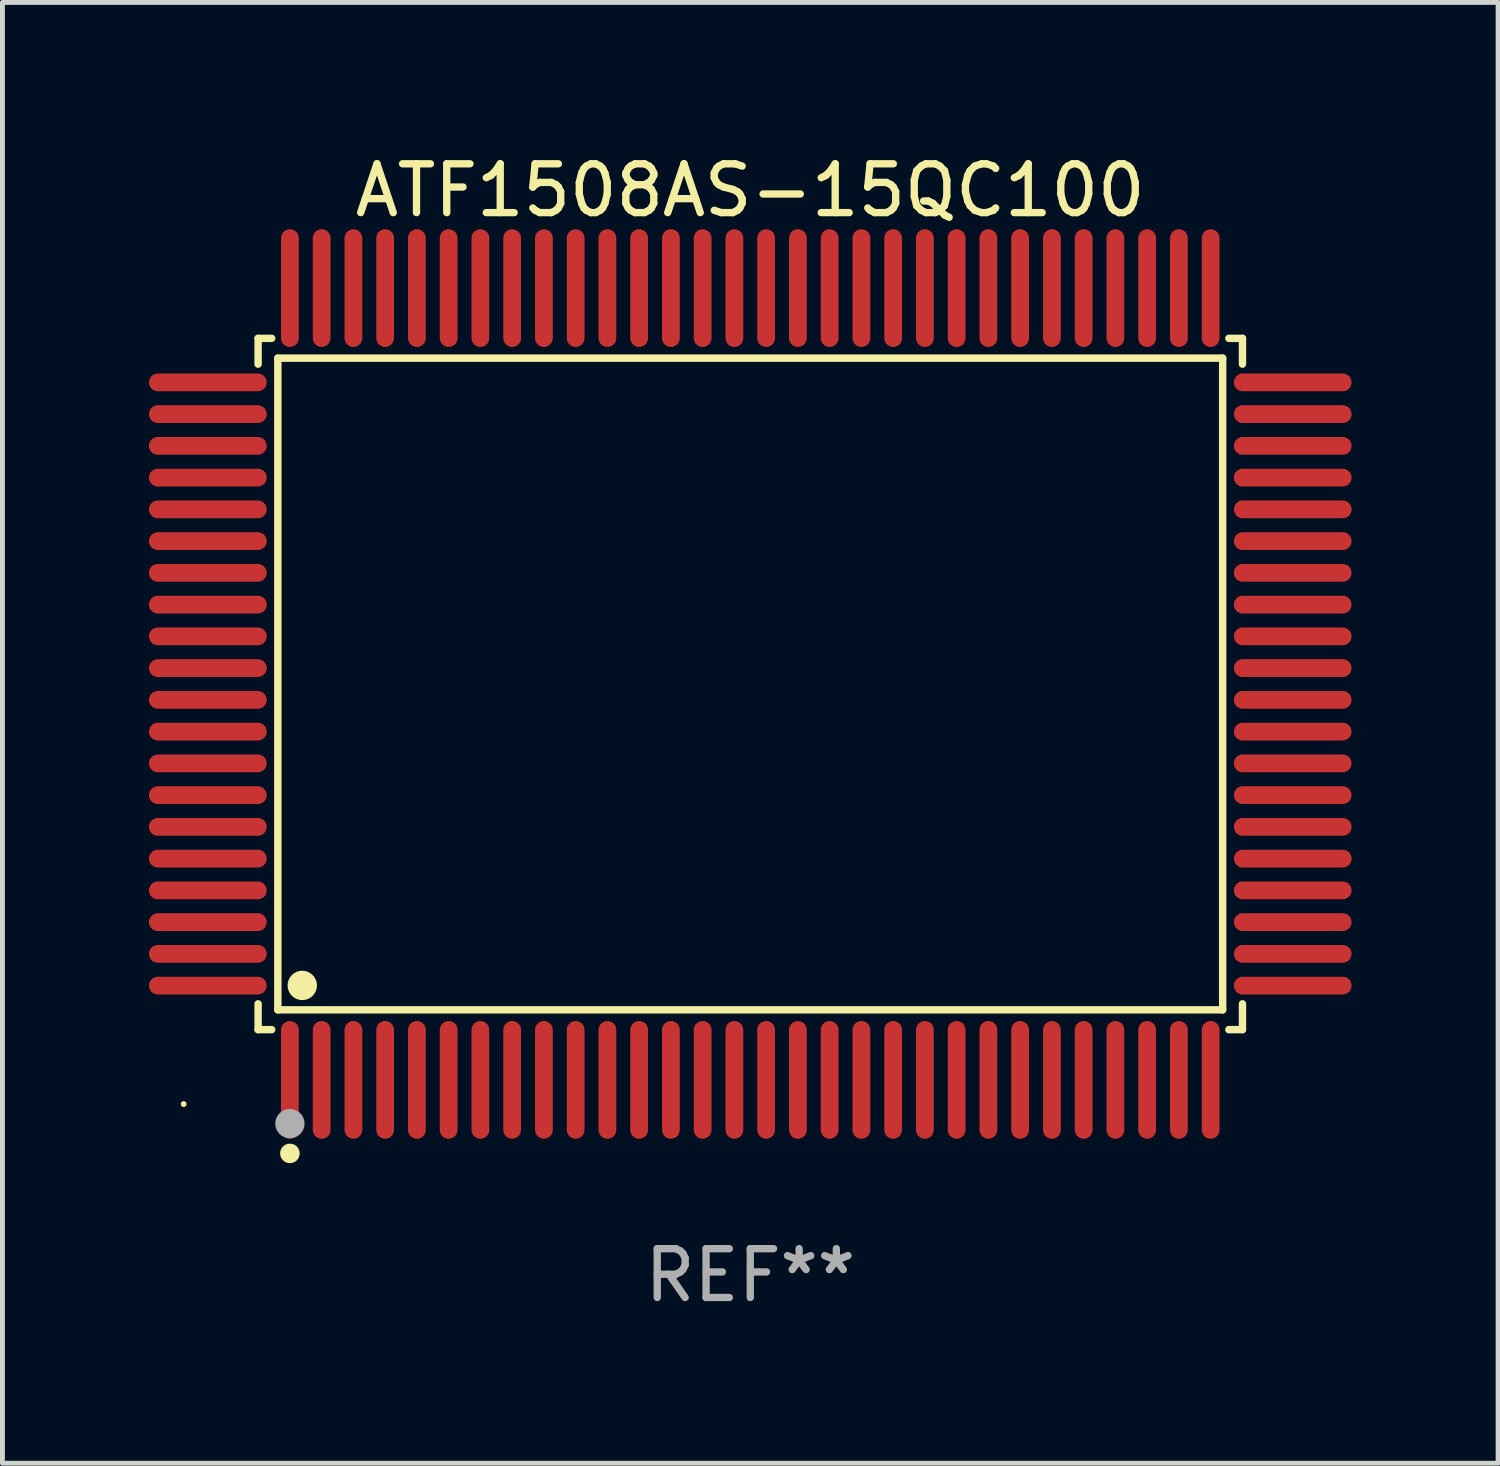
<source format=kicad_pcb>
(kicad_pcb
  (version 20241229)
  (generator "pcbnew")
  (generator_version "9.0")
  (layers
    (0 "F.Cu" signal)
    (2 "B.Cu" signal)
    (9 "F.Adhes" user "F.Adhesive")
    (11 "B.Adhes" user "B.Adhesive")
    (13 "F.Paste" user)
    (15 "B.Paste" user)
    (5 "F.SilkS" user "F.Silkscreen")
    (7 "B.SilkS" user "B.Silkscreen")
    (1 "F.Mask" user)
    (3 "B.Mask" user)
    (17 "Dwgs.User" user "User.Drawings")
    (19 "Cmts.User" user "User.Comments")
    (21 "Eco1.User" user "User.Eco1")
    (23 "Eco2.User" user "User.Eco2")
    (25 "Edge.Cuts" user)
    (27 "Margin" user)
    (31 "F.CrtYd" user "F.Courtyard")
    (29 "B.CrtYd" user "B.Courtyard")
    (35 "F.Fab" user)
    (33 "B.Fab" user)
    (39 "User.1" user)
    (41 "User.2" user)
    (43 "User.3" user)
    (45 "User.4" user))
  (footprint "ATF1508AS-15QC100"
    (layer "F.Cu")
    (at 12.31 10.953)
    (property "Reference" "ATF1508AS-15QC100" (at 0 -10.105 0) (layer "F.SilkS") (effects (font (size 1 1) (thickness 0.15))))
    (attr through_hole)
    (fp_line (start -10.076 -7.076) (end -9.798 -7.076) (stroke (width 0.152) (type solid)) (layer "F.SilkS"))
    (fp_line (start -10.076 -6.548) (end -10.076 -7.076) (stroke (width 0.152) (type solid)) (layer "F.SilkS"))
    (fp_line (start -10.076 6.548) (end -10.076 7.076) (stroke (width 0.152) (type solid)) (layer "F.SilkS"))
    (fp_line (start -10.076 7.076) (end -9.798 7.076) (stroke (width 0.152) (type solid)) (layer "F.SilkS"))
    (fp_line (start -9.672 -6.671) (end 9.671 -6.671) (stroke (width 0.152) (type solid)) (layer "F.SilkS"))
    (fp_line (start -9.672 6.671) (end -9.672 -6.671) (stroke (width 0.152) (type solid)) (layer "F.SilkS"))
    (fp_line (start 9.671 -6.671) (end 9.671 6.671) (stroke (width 0.152) (type solid)) (layer "F.SilkS"))
    (fp_line (start 9.671 6.671) (end -9.672 6.671) (stroke (width 0.152) (type solid)) (layer "F.SilkS"))
    (fp_line (start 10.076 -7.076) (end 9.797 -7.076) (stroke (width 0.152) (type solid)) (layer "F.SilkS"))
    (fp_line (start 10.076 -6.548) (end 10.076 -7.076) (stroke (width 0.152) (type solid)) (layer "F.SilkS"))
    (fp_line (start 10.076 6.548) (end 10.076 7.076) (stroke (width 0.152) (type solid)) (layer "F.SilkS"))
    (fp_line (start 10.076 7.076) (end 9.797 7.076) (stroke (width 0.152) (type solid)) (layer "F.SilkS"))
    (fp_circle (center -11.6 8.6) (end -11.57 8.6) (stroke (width 0.06) (type solid)) (fill no) (layer "F.SilkS"))
    (fp_circle (center -9.425 9.61) (end -9.325 9.61) (stroke (width 0.2) (type solid)) (fill no) (layer "F.SilkS"))
    (fp_circle (center -9.172 6.171) (end -9.021 6.171) (stroke (width 0.3) (type solid)) (fill no) (layer "F.SilkS"))
    (fp_circle (center -9.425 9) (end -9.275 9) (stroke (width 0.3) (type solid)) (fill no) (layer "F.Fab"))
    (fp_text user "REF**" (at 0 12.105 0) (layer "F.Fab") (effects (font (size 1 1) (thickness 0.15))))
    (pad "1" smd oval (at -9.425 8.105) (size 0.364 2.41) (layers "F.Cu" "F.Mask" "F.Paste"))
    (pad "2" smd oval (at -8.775 8.105) (size 0.364 2.41) (layers "F.Cu" "F.Mask" "F.Paste"))
    (pad "3" smd oval (at -8.125 8.105) (size 0.364 2.41) (layers "F.Cu" "F.Mask" "F.Paste"))
    (pad "4" smd oval (at -7.475 8.105) (size 0.364 2.41) (layers "F.Cu" "F.Mask" "F.Paste"))
    (pad "5" smd oval (at -6.825 8.105) (size 0.364 2.41) (layers "F.Cu" "F.Mask" "F.Paste"))
    (pad "6" smd oval (at -6.175 8.105) (size 0.364 2.41) (layers "F.Cu" "F.Mask" "F.Paste"))
    (pad "7" smd oval (at -5.525 8.105) (size 0.364 2.41) (layers "F.Cu" "F.Mask" "F.Paste"))
    (pad "8" smd oval (at -4.875 8.105) (size 0.364 2.41) (layers "F.Cu" "F.Mask" "F.Paste"))
    (pad "9" smd oval (at -4.225 8.105) (size 0.364 2.41) (layers "F.Cu" "F.Mask" "F.Paste"))
    (pad "10" smd oval (at -3.575 8.105) (size 0.364 2.41) (layers "F.Cu" "F.Mask" "F.Paste"))
    (pad "11" smd oval (at -2.925 8.105) (size 0.364 2.41) (layers "F.Cu" "F.Mask" "F.Paste"))
    (pad "12" smd oval (at -2.275 8.105) (size 0.364 2.41) (layers "F.Cu" "F.Mask" "F.Paste"))
    (pad "13" smd oval (at -1.625 8.105) (size 0.364 2.41) (layers "F.Cu" "F.Mask" "F.Paste"))
    (pad "14" smd oval (at -0.975 8.105) (size 0.364 2.41) (layers "F.Cu" "F.Mask" "F.Paste"))
    (pad "15" smd oval (at -0.325 8.105) (size 0.364 2.41) (layers "F.Cu" "F.Mask" "F.Paste"))
    (pad "16" smd oval (at 0.325 8.105) (size 0.364 2.41) (layers "F.Cu" "F.Mask" "F.Paste"))
    (pad "17" smd oval (at 0.975 8.105) (size 0.364 2.41) (layers "F.Cu" "F.Mask" "F.Paste"))
    (pad "18" smd oval (at 1.625 8.105) (size 0.364 2.41) (layers "F.Cu" "F.Mask" "F.Paste"))
    (pad "19" smd oval (at 2.275 8.105) (size 0.364 2.41) (layers "F.Cu" "F.Mask" "F.Paste"))
    (pad "20" smd oval (at 2.925 8.105) (size 0.364 2.41) (layers "F.Cu" "F.Mask" "F.Paste"))
    (pad "21" smd oval (at 3.575 8.105) (size 0.364 2.41) (layers "F.Cu" "F.Mask" "F.Paste"))
    (pad "22" smd oval (at 4.225 8.105) (size 0.364 2.41) (layers "F.Cu" "F.Mask" "F.Paste"))
    (pad "23" smd oval (at 4.875 8.105) (size 0.364 2.41) (layers "F.Cu" "F.Mask" "F.Paste"))
    (pad "24" smd oval (at 5.525 8.105) (size 0.364 2.41) (layers "F.Cu" "F.Mask" "F.Paste"))
    (pad "25" smd oval (at 6.175 8.105) (size 0.364 2.41) (layers "F.Cu" "F.Mask" "F.Paste"))
    (pad "26" smd oval (at 6.825 8.105) (size 0.364 2.41) (layers "F.Cu" "F.Mask" "F.Paste"))
    (pad "27" smd oval (at 7.475 8.105) (size 0.364 2.41) (layers "F.Cu" "F.Mask" "F.Paste"))
    (pad "28" smd oval (at 8.125 8.105) (size 0.364 2.41) (layers "F.Cu" "F.Mask" "F.Paste"))
    (pad "29" smd oval (at 8.775 8.105) (size 0.364 2.41) (layers "F.Cu" "F.Mask" "F.Paste"))
    (pad "30" smd oval (at 9.425 8.105) (size 0.364 2.41) (layers "F.Cu" "F.Mask" "F.Paste"))
    (pad "31" smd oval (at 11.105 6.175) (size 2.41 0.364) (layers "F.Cu" "F.Mask" "F.Paste"))
    (pad "32" smd oval (at 11.105 5.525) (size 2.41 0.364) (layers "F.Cu" "F.Mask" "F.Paste"))
    (pad "33" smd oval (at 11.105 4.875) (size 2.41 0.364) (layers "F.Cu" "F.Mask" "F.Paste"))
    (pad "34" smd oval (at 11.105 4.225) (size 2.41 0.364) (layers "F.Cu" "F.Mask" "F.Paste"))
    (pad "35" smd oval (at 11.105 3.575) (size 2.41 0.364) (layers "F.Cu" "F.Mask" "F.Paste"))
    (pad "36" smd oval (at 11.105 2.925) (size 2.41 0.364) (layers "F.Cu" "F.Mask" "F.Paste"))
    (pad "37" smd oval (at 11.105 2.275) (size 2.41 0.364) (layers "F.Cu" "F.Mask" "F.Paste"))
    (pad "38" smd oval (at 11.105 1.625) (size 2.41 0.364) (layers "F.Cu" "F.Mask" "F.Paste"))
    (pad "39" smd oval (at 11.105 0.975) (size 2.41 0.364) (layers "F.Cu" "F.Mask" "F.Paste"))
    (pad "40" smd oval (at 11.105 0.325) (size 2.41 0.364) (layers "F.Cu" "F.Mask" "F.Paste"))
    (pad "41" smd oval (at 11.105 -0.325) (size 2.41 0.364) (layers "F.Cu" "F.Mask" "F.Paste"))
    (pad "42" smd oval (at 11.105 -0.975) (size 2.41 0.364) (layers "F.Cu" "F.Mask" "F.Paste"))
    (pad "43" smd oval (at 11.105 -1.625) (size 2.41 0.364) (layers "F.Cu" "F.Mask" "F.Paste"))
    (pad "44" smd oval (at 11.105 -2.275) (size 2.41 0.364) (layers "F.Cu" "F.Mask" "F.Paste"))
    (pad "45" smd oval (at 11.105 -2.925) (size 2.41 0.364) (layers "F.Cu" "F.Mask" "F.Paste"))
    (pad "46" smd oval (at 11.105 -3.575) (size 2.41 0.364) (layers "F.Cu" "F.Mask" "F.Paste"))
    (pad "47" smd oval (at 11.105 -4.225) (size 2.41 0.364) (layers "F.Cu" "F.Mask" "F.Paste"))
    (pad "48" smd oval (at 11.105 -4.875) (size 2.41 0.364) (layers "F.Cu" "F.Mask" "F.Paste"))
    (pad "49" smd oval (at 11.105 -5.525) (size 2.41 0.364) (layers "F.Cu" "F.Mask" "F.Paste"))
    (pad "50" smd oval (at 11.105 -6.175) (size 2.41 0.364) (layers "F.Cu" "F.Mask" "F.Paste"))
    (pad "51" smd oval (at 9.425 -8.105) (size 0.364 2.41) (layers "F.Cu" "F.Mask" "F.Paste"))
    (pad "52" smd oval (at 8.775 -8.105) (size 0.364 2.41) (layers "F.Cu" "F.Mask" "F.Paste"))
    (pad "53" smd oval (at 8.125 -8.105) (size 0.364 2.41) (layers "F.Cu" "F.Mask" "F.Paste"))
    (pad "54" smd oval (at 7.475 -8.105) (size 0.364 2.41) (layers "F.Cu" "F.Mask" "F.Paste"))
    (pad "55" smd oval (at 6.825 -8.105) (size 0.364 2.41) (layers "F.Cu" "F.Mask" "F.Paste"))
    (pad "56" smd oval (at 6.175 -8.105) (size 0.364 2.41) (layers "F.Cu" "F.Mask" "F.Paste"))
    (pad "57" smd oval (at 5.525 -8.105) (size 0.364 2.41) (layers "F.Cu" "F.Mask" "F.Paste"))
    (pad "58" smd oval (at 4.875 -8.105) (size 0.364 2.41) (layers "F.Cu" "F.Mask" "F.Paste"))
    (pad "59" smd oval (at 4.225 -8.105) (size 0.364 2.41) (layers "F.Cu" "F.Mask" "F.Paste"))
    (pad "60" smd oval (at 3.575 -8.105) (size 0.364 2.41) (layers "F.Cu" "F.Mask" "F.Paste"))
    (pad "61" smd oval (at 2.925 -8.105) (size 0.364 2.41) (layers "F.Cu" "F.Mask" "F.Paste"))
    (pad "62" smd oval (at 2.275 -8.105) (size 0.364 2.41) (layers "F.Cu" "F.Mask" "F.Paste"))
    (pad "63" smd oval (at 1.625 -8.105) (size 0.364 2.41) (layers "F.Cu" "F.Mask" "F.Paste"))
    (pad "64" smd oval (at 0.975 -8.105) (size 0.364 2.41) (layers "F.Cu" "F.Mask" "F.Paste"))
    (pad "65" smd oval (at 0.325 -8.105) (size 0.364 2.41) (layers "F.Cu" "F.Mask" "F.Paste"))
    (pad "66" smd oval (at -0.325 -8.105) (size 0.364 2.41) (layers "F.Cu" "F.Mask" "F.Paste"))
    (pad "67" smd oval (at -0.975 -8.105) (size 0.364 2.41) (layers "F.Cu" "F.Mask" "F.Paste"))
    (pad "68" smd oval (at -1.625 -8.105) (size 0.364 2.41) (layers "F.Cu" "F.Mask" "F.Paste"))
    (pad "69" smd oval (at -2.275 -8.105) (size 0.364 2.41) (layers "F.Cu" "F.Mask" "F.Paste"))
    (pad "70" smd oval (at -2.925 -8.105) (size 0.364 2.41) (layers "F.Cu" "F.Mask" "F.Paste"))
    (pad "71" smd oval (at -3.575 -8.105) (size 0.364 2.41) (layers "F.Cu" "F.Mask" "F.Paste"))
    (pad "72" smd oval (at -4.225 -8.105) (size 0.364 2.41) (layers "F.Cu" "F.Mask" "F.Paste"))
    (pad "73" smd oval (at -4.875 -8.105) (size 0.364 2.41) (layers "F.Cu" "F.Mask" "F.Paste"))
    (pad "74" smd oval (at -5.525 -8.105) (size 0.364 2.41) (layers "F.Cu" "F.Mask" "F.Paste"))
    (pad "75" smd oval (at -6.175 -8.105) (size 0.364 2.41) (layers "F.Cu" "F.Mask" "F.Paste"))
    (pad "76" smd oval (at -6.825 -8.105) (size 0.364 2.41) (layers "F.Cu" "F.Mask" "F.Paste"))
    (pad "77" smd oval (at -7.475 -8.105) (size 0.364 2.41) (layers "F.Cu" "F.Mask" "F.Paste"))
    (pad "78" smd oval (at -8.125 -8.105) (size 0.364 2.41) (layers "F.Cu" "F.Mask" "F.Paste"))
    (pad "79" smd oval (at -8.775 -8.105) (size 0.364 2.41) (layers "F.Cu" "F.Mask" "F.Paste"))
    (pad "80" smd oval (at -9.425 -8.105) (size 0.364 2.41) (layers "F.Cu" "F.Mask" "F.Paste"))
    (pad "81" smd oval (at -11.105 -6.175) (size 2.41 0.364) (layers "F.Cu" "F.Mask" "F.Paste"))
    (pad "82" smd oval (at -11.105 -5.525) (size 2.41 0.364) (layers "F.Cu" "F.Mask" "F.Paste"))
    (pad "83" smd oval (at -11.105 -4.875) (size 2.41 0.364) (layers "F.Cu" "F.Mask" "F.Paste"))
    (pad "84" smd oval (at -11.105 -4.225) (size 2.41 0.364) (layers "F.Cu" "F.Mask" "F.Paste"))
    (pad "85" smd oval (at -11.105 -3.575) (size 2.41 0.364) (layers "F.Cu" "F.Mask" "F.Paste"))
    (pad "86" smd oval (at -11.105 -2.925) (size 2.41 0.364) (layers "F.Cu" "F.Mask" "F.Paste"))
    (pad "87" smd oval (at -11.105 -2.275) (size 2.41 0.364) (layers "F.Cu" "F.Mask" "F.Paste"))
    (pad "88" smd oval (at -11.105 -1.625) (size 2.41 0.364) (layers "F.Cu" "F.Mask" "F.Paste"))
    (pad "89" smd oval (at -11.105 -0.975) (size 2.41 0.364) (layers "F.Cu" "F.Mask" "F.Paste"))
    (pad "90" smd oval (at -11.105 -0.325) (size 2.41 0.364) (layers "F.Cu" "F.Mask" "F.Paste"))
    (pad "91" smd oval (at -11.105 0.325) (size 2.41 0.364) (layers "F.Cu" "F.Mask" "F.Paste"))
    (pad "92" smd oval (at -11.105 0.975) (size 2.41 0.364) (layers "F.Cu" "F.Mask" "F.Paste"))
    (pad "93" smd oval (at -11.105 1.625) (size 2.41 0.364) (layers "F.Cu" "F.Mask" "F.Paste"))
    (pad "94" smd oval (at -11.105 2.275) (size 2.41 0.364) (layers "F.Cu" "F.Mask" "F.Paste"))
    (pad "95" smd oval (at -11.105 2.925) (size 2.41 0.364) (layers "F.Cu" "F.Mask" "F.Paste"))
    (pad "96" smd oval (at -11.105 3.575) (size 2.41 0.364) (layers "F.Cu" "F.Mask" "F.Paste"))
    (pad "97" smd oval (at -11.105 4.225) (size 2.41 0.364) (layers "F.Cu" "F.Mask" "F.Paste"))
    (pad "98" smd oval (at -11.105 4.875) (size 2.41 0.364) (layers "F.Cu" "F.Mask" "F.Paste"))
    (pad "99" smd oval (at -11.105 5.525) (size 2.41 0.364) (layers "F.Cu" "F.Mask" "F.Paste"))
    (pad "100" smd oval (at -11.105 6.175) (size 2.41 0.364) (layers "F.Cu" "F.Mask" "F.Paste")))
  (gr_rect
    (start -3 -3)
    (end 27.62 26.906)
    (stroke (width 0.1) (type default))
    (fill no)
    (layer "Edge.Cuts")))
</source>
